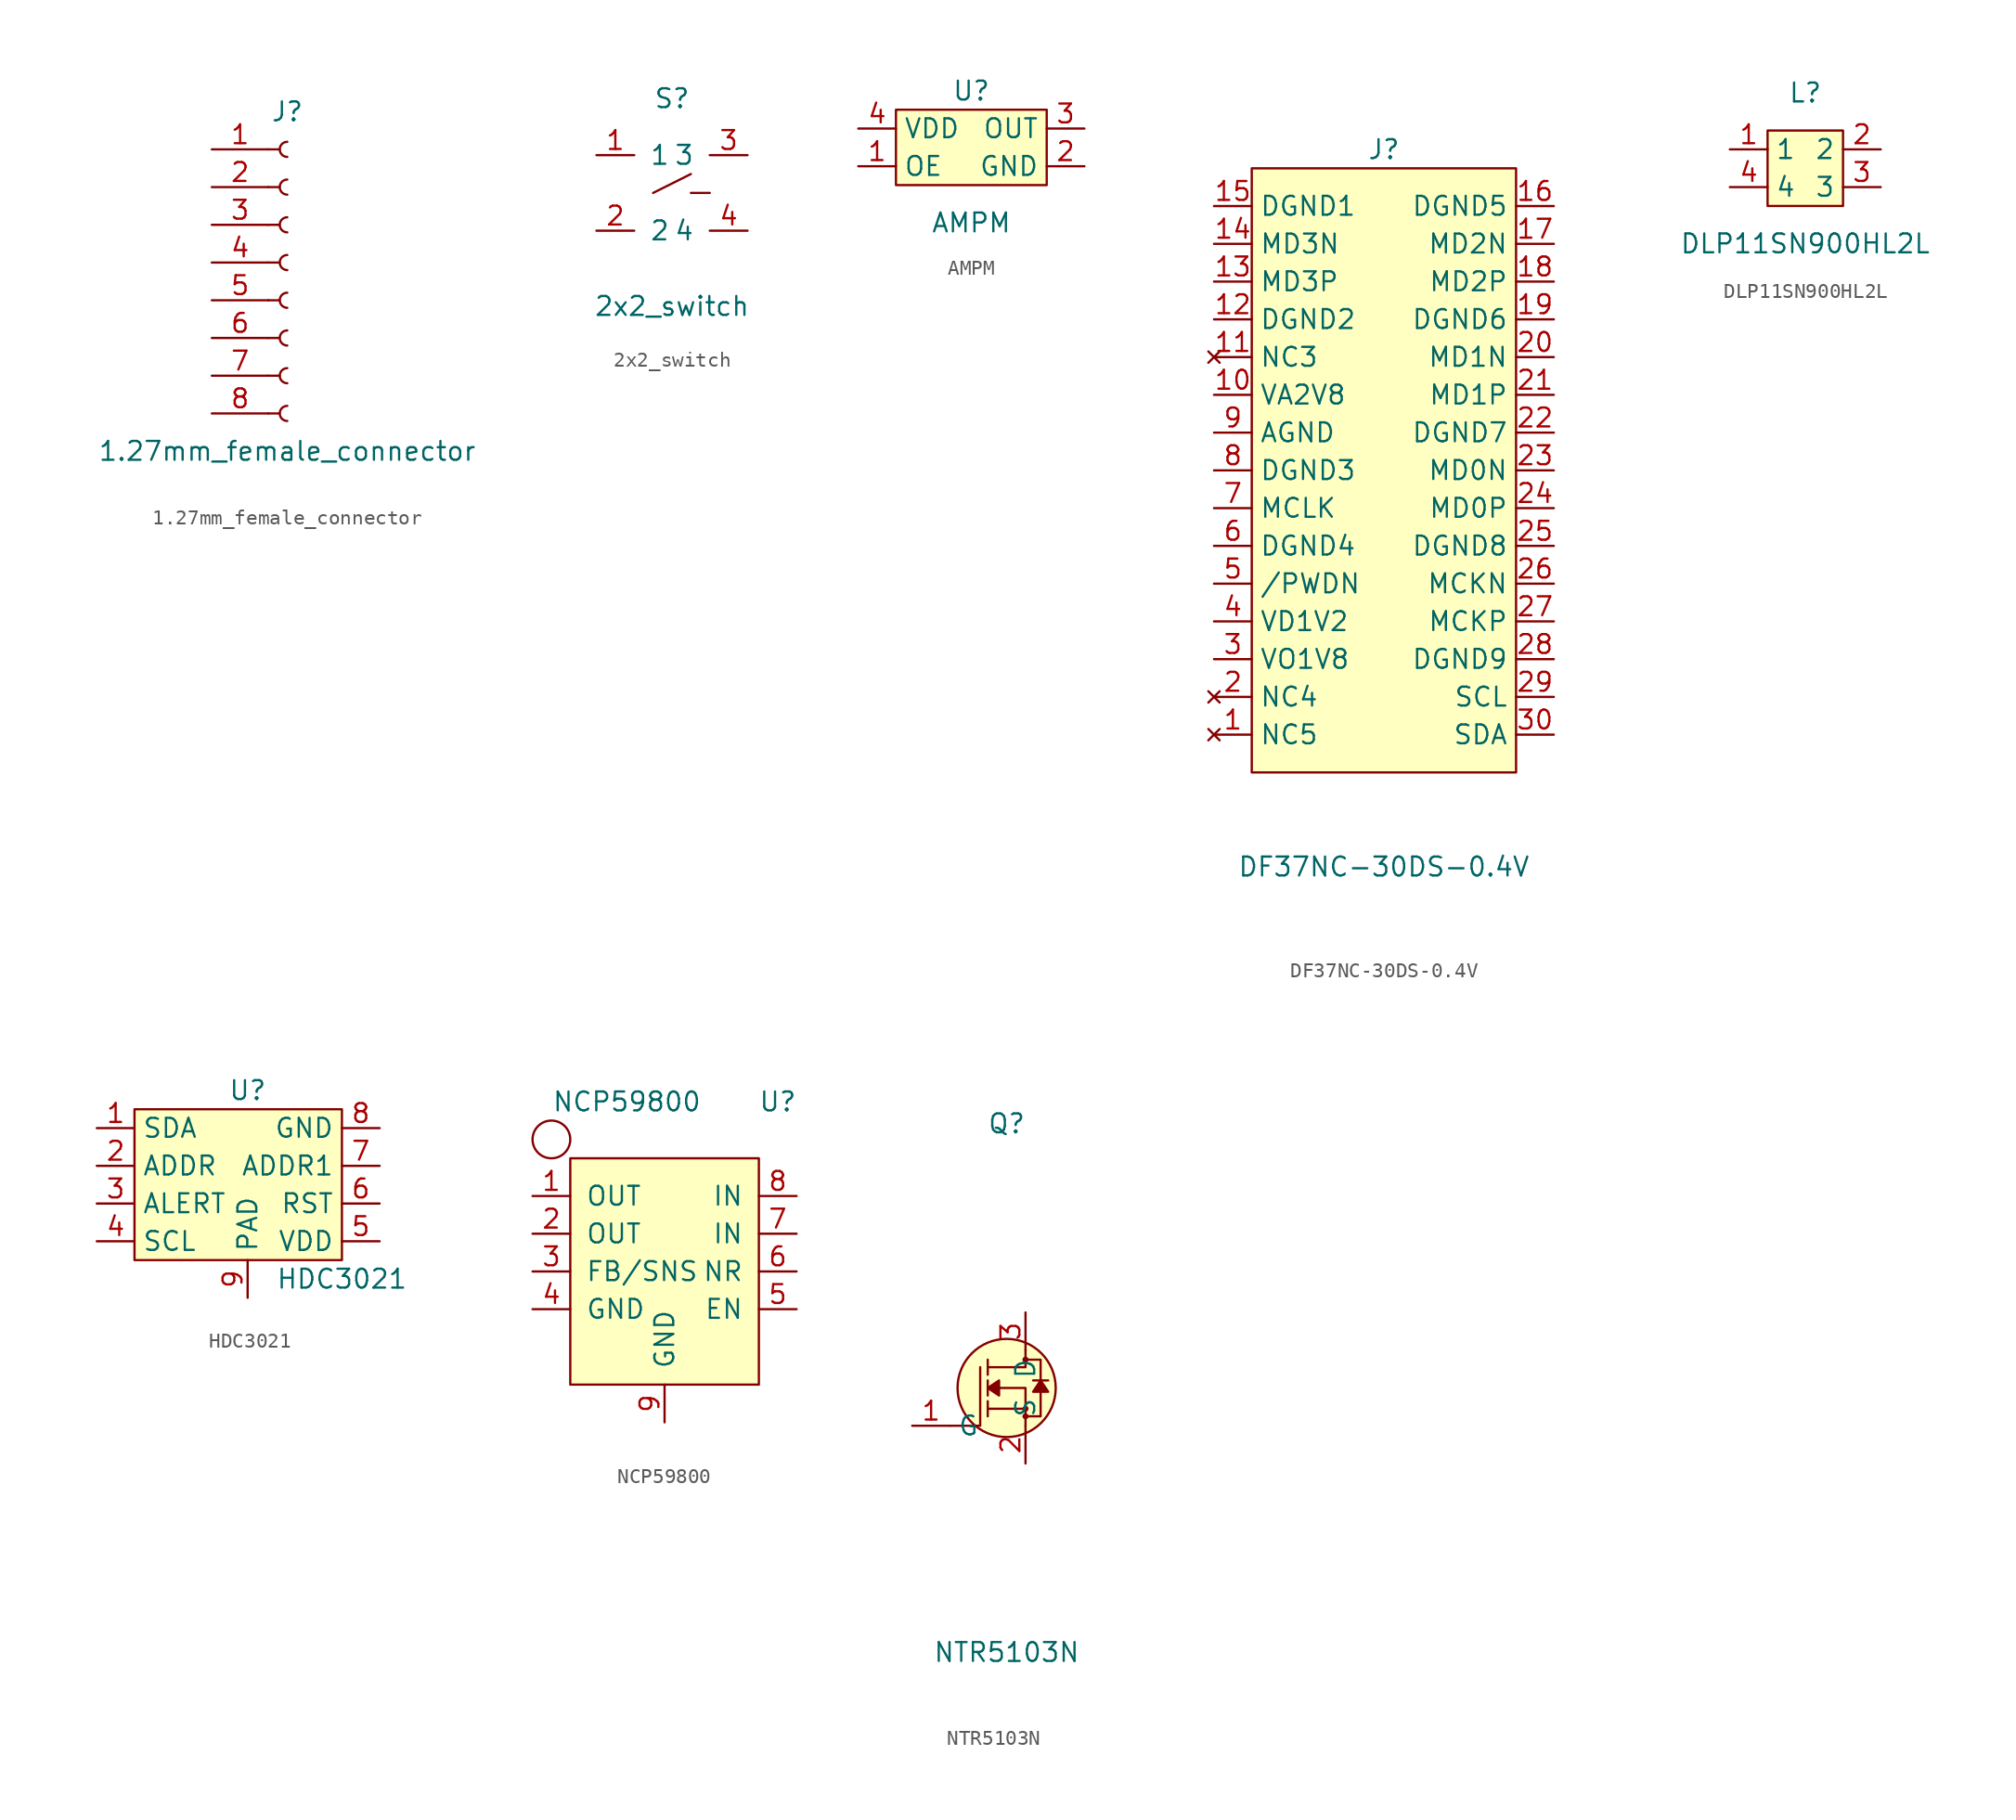
<source format=kicad_sym>
(kicad_symbol_lib
  (version 20211014)
  (generator kicad_symbol_editor)
  (symbol "1.27mm_female_connector"
    (pin_names
      (offset 1.016) hide)
    (property "Reference" "J"
      (at 0 10.16 0)
      (effects (font (size 1.27 1.27))))
    (property "Value" "1.27mm_female_connector"
      (at 0 -12.7 0)
      (effects (font (size 1.27 1.27))))
    (symbol "1.27mm_female_connector_1_1"
      (arc (start 0 -9.652) (mid -0.508 -10.16) (end 0 -10.668) (stroke (width 0.1524) (type default) (color 0 0 0 0)) (fill (type none)))
      (arc (start 0 -7.112) (mid -0.508 -7.62) (end 0 -8.128) (stroke (width 0.1524) (type default) (color 0 0 0 0)) (fill (type none)))
      (arc (start 0 -4.572) (mid -0.508 -5.08) (end 0 -5.588) (stroke (width 0.1524) (type default) (color 0 0 0 0)) (fill (type none)))
      (arc (start 0 -2.032) (mid -0.508 -2.54) (end 0 -3.048) (stroke (width 0.1524) (type default) (color 0 0 0 0)) (fill (type none)))
      (polyline (pts (xy -1.27 -10.16) (xy -0.508 -10.16)) (stroke (width 0.152) (type default) (color 0 0 0 0)) (fill (type none)))
      (polyline (pts (xy -1.27 -7.62) (xy -0.508 -7.62)) (stroke (width 0.152) (type default) (color 0 0 0 0)) (fill (type none)))
      (polyline (pts (xy -1.27 -5.08) (xy -0.508 -5.08)) (stroke (width 0.152) (type default) (color 0 0 0 0)) (fill (type none)))
      (polyline (pts (xy -1.27 -2.54) (xy -0.508 -2.54)) (stroke (width 0.152) (type default) (color 0 0 0 0)) (fill (type none)))
      (polyline (pts (xy -1.27 0) (xy -0.508 0)) (stroke (width 0.152) (type default) (color 0 0 0 0)) (fill (type none)))
      (polyline (pts (xy -1.27 2.54) (xy -0.508 2.54)) (stroke (width 0.152) (type default) (color 0 0 0 0)) (fill (type none)))
      (polyline (pts (xy -1.27 5.08) (xy -0.508 5.08)) (stroke (width 0.152) (type default) (color 0 0 0 0)) (fill (type none)))
      (polyline (pts (xy -1.27 7.62) (xy -0.508 7.62)) (stroke (width 0.152) (type default) (color 0 0 0 0)) (fill (type none)))
      (arc (start 0 0.508) (mid -0.508 0) (end 0 -0.508) (stroke (width 0.1524) (type default) (color 0 0 0 0)) (fill (type none)))
      (arc (start 0 3.048) (mid -0.508 2.54) (end 0 2.032) (stroke (width 0.1524) (type default) (color 0 0 0 0)) (fill (type none)))
      (arc (start 0 5.588) (mid -0.508 5.08) (end 0 4.572) (stroke (width 0.1524) (type default) (color 0 0 0 0)) (fill (type none)))
      (arc (start 0 8.128) (mid -0.508 7.62) (end 0 7.112) (stroke (width 0.1524) (type default) (color 0 0 0 0)) (fill (type none)))
      (pin passive line (at -5.08 7.62 0) (length 3.81) (name "Pin_1" (effects (font (size 1.27 1.27)))) (number "1" (effects (font (size 1.27 1.27)))))
      (pin passive line (at -5.08 5.08 0) (length 3.81) (name "Pin_2" (effects (font (size 1.27 1.27)))) (number "2" (effects (font (size 1.27 1.27)))))
      (pin passive line (at -5.08 2.54 0) (length 3.81) (name "Pin_3" (effects (font (size 1.27 1.27)))) (number "3" (effects (font (size 1.27 1.27)))))
      (pin passive line (at -5.08 0 0) (length 3.81) (name "Pin_4" (effects (font (size 1.27 1.27)))) (number "4" (effects (font (size 1.27 1.27)))))
      (pin passive line (at -5.08 -2.54 0) (length 3.81) (name "Pin_5" (effects (font (size 1.27 1.27)))) (number "5" (effects (font (size 1.27 1.27)))))
      (pin passive line (at -5.08 -5.08 0) (length 3.81) (name "Pin_6" (effects (font (size 1.27 1.27)))) (number "6" (effects (font (size 1.27 1.27)))))
      (pin passive line (at -5.08 -7.62 0) (length 3.81) (name "Pin_7" (effects (font (size 1.27 1.27)))) (number "7" (effects (font (size 1.27 1.27)))))
      (pin passive line (at -5.08 -10.16 0) (length 3.81) (name "Pin_8" (effects (font (size 1.27 1.27)))) (number "8" (effects (font (size 1.27 1.27)))))))
  (symbol "2x2_switch"
    (pin_names
      (offset 1.016))
    (property "Reference" "S"
      (at 0 10.16 0)
      (effects (font (size 1.27 1.27))))
    (property "Value" "2x2_switch"
      (at 0 -3.81 0)
      (effects (font (size 1.27 1.27))))
    (symbol "2x2_switch_0_1"
      (polyline (pts (xy -1.27 3.81) (xy 1.27 5.08)) (stroke (width 0) (type default) (color 0 0 0 0)) (fill (type none)))
      (polyline (pts (xy 1.27 3.81) (xy 2.54 3.81)) (stroke (width 0) (type default) (color 0 0 0 0)) (fill (type none))))
    (symbol "2x2_switch_1_1"
      (pin input line (at -5.08 6.35 0) (length 2.54) (name "1" (effects (font (size 1.27 1.27)))) (number "1" (effects (font (size 1.27 1.27)))))
      (pin input line (at -5.08 1.27 0) (length 2.54) (name "2" (effects (font (size 1.27 1.27)))) (number "2" (effects (font (size 1.27 1.27)))))
      (pin input line (at 5.08 6.35 180) (length 2.54) (name "3" (effects (font (size 1.27 1.27)))) (number "3" (effects (font (size 1.27 1.27)))))
      (pin input line (at 5.08 1.27 180) (length 2.54) (name "4" (effects (font (size 1.27 1.27)))) (number "4" (effects (font (size 1.27 1.27)))))))
  (symbol "AMPM"
    (property "Reference" "U"
      (at 0 7.62 0)
      (effects (font (size 1.27 1.27))))
    (property "Value" "AMPM"
      (at 0 -1.27 0)
      (effects (font (size 1.27 1.27))))
    (symbol "AMPM_0_1"
      (rectangle (start 5.08 6.35) (end -5.08 1.27) (stroke (width 0.152) (type default) (color 0 0 0 0)) (fill (type background))))
    (symbol "AMPM_1_1"
      (pin power_in line (at -7.62 2.54 0) (length 2.54) (name "OE" (effects (font (size 1.27 1.27)))) (number "1" (effects (font (size 1.27 1.27)))))
      (pin power_in line (at 7.62 2.54 180) (length 2.54) (name "GND" (effects (font (size 1.27 1.27)))) (number "2" (effects (font (size 1.27 1.27)))))
      (pin output line (at 7.62 5.08 180) (length 2.54) (name "OUT" (effects (font (size 1.27 1.27)))) (number "3" (effects (font (size 1.27 1.27)))))
      (pin power_in line (at -7.62 5.08 0) (length 2.54) (name "VDD" (effects (font (size 1.27 1.27)))) (number "4" (effects (font (size 1.27 1.27)))))))
  (symbol "DF37NC-30DS-0.4V"
    (property "Reference" "J"
      (at 0 20.32 0)
      (effects (font (size 1.27 1.27))))
    (property "Value" "DF37NC-30DS-0.4V"
      (at 0 -27.94 0)
      (effects (font (size 1.27 1.27))))
    (symbol "DF37NC-30DS-0.4V_0_1"
      (rectangle (start 8.89 19.05) (end -8.89 -21.59) (stroke (width 0.152) (type default) (color 0 0 0 0)) (fill (type background))))
    (symbol "DF37NC-30DS-0.4V_1_1"
      (pin no_connect line (at -11.43 -19.05 0) (length 2.54) (name "NC5" (effects (font (size 1.27 1.27)))) (number "1" (effects (font (size 1.27 1.27)))))
      (pin power_in line (at -11.43 3.81 0) (length 2.54) (name "VA2V8" (effects (font (size 1.27 1.27)))) (number "10" (effects (font (size 1.27 1.27)))))
      (pin no_connect line (at -11.43 6.35 0) (length 2.54) (name "NC3" (effects (font (size 1.27 1.27)))) (number "11" (effects (font (size 1.27 1.27)))))
      (pin power_in line (at -11.43 8.89 0) (length 2.54) (name "DGND2" (effects (font (size 1.27 1.27)))) (number "12" (effects (font (size 1.27 1.27)))))
      (pin output line (at -11.43 11.43 0) (length 2.54) (name "MD3P" (effects (font (size 1.27 1.27)))) (number "13" (effects (font (size 1.27 1.27)))))
      (pin output line (at -11.43 13.97 0) (length 2.54) (name "MD3N" (effects (font (size 1.27 1.27)))) (number "14" (effects (font (size 1.27 1.27)))))
      (pin power_in line (at -11.43 16.51 0) (length 2.54) (name "DGND1" (effects (font (size 1.27 1.27)))) (number "15" (effects (font (size 1.27 1.27)))))
      (pin power_in line (at 11.43 16.51 180) (length 2.54) (name "DGND5" (effects (font (size 1.27 1.27)))) (number "16" (effects (font (size 1.27 1.27)))))
      (pin output line (at 11.43 13.97 180) (length 2.54) (name "MD2N" (effects (font (size 1.27 1.27)))) (number "17" (effects (font (size 1.27 1.27)))))
      (pin output line (at 11.43 11.43 180) (length 2.54) (name "MD2P" (effects (font (size 1.27 1.27)))) (number "18" (effects (font (size 1.27 1.27)))))
      (pin power_in line (at 11.43 8.89 180) (length 2.54) (name "DGND6" (effects (font (size 1.27 1.27)))) (number "19" (effects (font (size 1.27 1.27)))))
      (pin no_connect line (at -11.43 -16.51 0) (length 2.54) (name "NC4" (effects (font (size 1.27 1.27)))) (number "2" (effects (font (size 1.27 1.27)))))
      (pin output line (at 11.43 6.35 180) (length 2.54) (name "MD1N" (effects (font (size 1.27 1.27)))) (number "20" (effects (font (size 1.27 1.27)))))
      (pin output line (at 11.43 3.81 180) (length 2.54) (name "MD1P" (effects (font (size 1.27 1.27)))) (number "21" (effects (font (size 1.27 1.27)))))
      (pin power_in line (at 11.43 1.27 180) (length 2.54) (name "DGND7" (effects (font (size 1.27 1.27)))) (number "22" (effects (font (size 1.27 1.27)))))
      (pin output line (at 11.43 -1.27 180) (length 2.54) (name "MD0N" (effects (font (size 1.27 1.27)))) (number "23" (effects (font (size 1.27 1.27)))))
      (pin output line (at 11.43 -3.81 180) (length 2.54) (name "MD0P" (effects (font (size 1.27 1.27)))) (number "24" (effects (font (size 1.27 1.27)))))
      (pin power_in line (at 11.43 -6.35 180) (length 2.54) (name "DGND8" (effects (font (size 1.27 1.27)))) (number "25" (effects (font (size 1.27 1.27)))))
      (pin output line (at 11.43 -8.89 180) (length 2.54) (name "MCKN" (effects (font (size 1.27 1.27)))) (number "26" (effects (font (size 1.27 1.27)))))
      (pin output line (at 11.43 -11.43 180) (length 2.54) (name "MCKP" (effects (font (size 1.27 1.27)))) (number "27" (effects (font (size 1.27 1.27)))))
      (pin power_in line (at 11.43 -13.97 180) (length 2.54) (name "DGND9" (effects (font (size 1.27 1.27)))) (number "28" (effects (font (size 1.27 1.27)))))
      (pin input line (at 11.43 -16.51 180) (length 2.54) (name "SCL" (effects (font (size 1.27 1.27)))) (number "29" (effects (font (size 1.27 1.27)))))
      (pin power_in line (at -11.43 -13.97 0) (length 2.54) (name "VO1V8" (effects (font (size 1.27 1.27)))) (number "3" (effects (font (size 1.27 1.27)))))
      (pin bidirectional line (at 11.43 -19.05 180) (length 2.54) (name "SDA" (effects (font (size 1.27 1.27)))) (number "30" (effects (font (size 1.27 1.27)))))
      (pin power_in line (at -11.43 -11.43 0) (length 2.54) (name "VD1V2" (effects (font (size 1.27 1.27)))) (number "4" (effects (font (size 1.27 1.27)))))
      (pin power_in line (at -11.43 -8.89 0) (length 2.54) (name "/PWDN" (effects (font (size 1.27 1.27)))) (number "5" (effects (font (size 1.27 1.27)))))
      (pin power_in line (at -11.43 -6.35 0) (length 2.54) (name "DGND4" (effects (font (size 1.27 1.27)))) (number "6" (effects (font (size 1.27 1.27)))))
      (pin input line (at -11.43 -3.81 0) (length 2.54) (name "MCLK" (effects (font (size 1.27 1.27)))) (number "7" (effects (font (size 1.27 1.27)))))
      (pin power_in line (at -11.43 -1.27 0) (length 2.54) (name "DGND3" (effects (font (size 1.27 1.27)))) (number "8" (effects (font (size 1.27 1.27)))))
      (pin power_in line (at -11.43 1.27 0) (length 2.54) (name "AGND" (effects (font (size 1.27 1.27)))) (number "9" (effects (font (size 1.27 1.27)))))))
  (symbol "DLP11SN900HL2L"
    (property "Reference" "L"
      (at 0 8.89 0)
      (effects (font (size 1.27 1.27))))
    (property "Value" "DLP11SN900HL2L"
      (at 0 -1.27 0)
      (effects (font (size 1.27 1.27))))
    (symbol "DLP11SN900HL2L_0_1"
      (rectangle (start 2.54 6.35) (end -2.54 1.27) (stroke (width 0.152) (type default) (color 0 0 0 0)) (fill (type background))))
    (symbol "DLP11SN900HL2L_1_1"
      (pin bidirectional line (at -5.08 5.08 0) (length 2.54) (name "1" (effects (font (size 1.27 1.27)))) (number "1" (effects (font (size 1.27 1.27)))))
      (pin bidirectional line (at 5.08 5.08 180) (length 2.54) (name "2" (effects (font (size 1.27 1.27)))) (number "2" (effects (font (size 1.27 1.27)))))
      (pin bidirectional line (at 5.08 2.54 180) (length 2.54) (name "3" (effects (font (size 1.27 1.27)))) (number "3" (effects (font (size 1.27 1.27)))))
      (pin bidirectional line (at -5.08 2.54 0) (length 2.54) (name "4" (effects (font (size 1.27 1.27)))) (number "4" (effects (font (size 1.27 1.27)))))))
  (symbol "HDC3021"
    (property "Reference" "U"
      (at 0 8.89 0)
      (effects (font (size 1.27 1.27))))
    (property "Value" "HDC3021"
      (at 6.35 -3.81 0)
      (effects (font (size 1.27 1.27))))
    (symbol "HDC3021_0_1"
      (rectangle (start 6.35 7.62) (end -7.62 -2.54) (stroke (width 0.152) (type default) (color 0 0 0 0)) (fill (type background))))
    (symbol "HDC3021_1_1"
      (pin input line (at -10.16 6.35 0) (length 2.54) (name "SDA" (effects (font (size 1.27 1.27)))) (number "1" (effects (font (size 1.27 1.27)))))
      (pin input line (at -10.16 3.81 0) (length 2.54) (name "ADDR" (effects (font (size 1.27 1.27)))) (number "2" (effects (font (size 1.27 1.27)))))
      (pin input line (at -10.16 1.27 0) (length 2.54) (name "ALERT" (effects (font (size 1.27 1.27)))) (number "3" (effects (font (size 1.27 1.27)))))
      (pin input line (at -10.16 -1.27 0) (length 2.54) (name "SCL" (effects (font (size 1.27 1.27)))) (number "4" (effects (font (size 1.27 1.27)))))
      (pin input line (at 8.89 -1.27 180) (length 2.54) (name "VDD" (effects (font (size 1.27 1.27)))) (number "5" (effects (font (size 1.27 1.27)))))
      (pin input line (at 8.89 1.27 180) (length 2.54) (name "RST" (effects (font (size 1.27 1.27)))) (number "6" (effects (font (size 1.27 1.27)))))
      (pin input line (at 8.89 3.81 180) (length 2.54) (name "ADDR1" (effects (font (size 1.27 1.27)))) (number "7" (effects (font (size 1.27 1.27)))))
      (pin input line (at 8.89 6.35 180) (length 2.54) (name "GND" (effects (font (size 1.27 1.27)))) (number "8" (effects (font (size 1.27 1.27)))))
      (pin input line (at 0 -5.08 90) (length 2.54) (name "PAD" (effects (font (size 1.27 1.27)))) (number "9" (effects (font (size 1.27 1.27)))))))
  (symbol "NCP59800"
    (pin_names
      (offset 1.016))
    (property "Reference" "U"
      (at 12.7 17.78 0)
      (effects (font (size 1.27 1.27))))
    (property "Value" "NCP59800"
      (at 2.54 17.78 0)
      (effects (font (size 1.27 1.27))))
    (symbol "NCP59800_0_1"
      (circle (center -2.54 15.24) (radius 1.27) (stroke (width 0) (type default) (color 0 0 0 0)) (fill (type none)))
      (rectangle (start -1.27 13.97) (end 11.43 -1.27) (stroke (width 0) (type default) (color 0 0 0 0)) (fill (type background))))
    (symbol "NCP59800_1_1"
      (pin output line (at -3.81 11.43 0) (length 2.54) (name "OUT" (effects (font (size 1.27 1.27)))) (number "1" (effects (font (size 1.27 1.27)))))
      (pin output line (at -3.81 8.89 0) (length 2.54) (name "OUT" (effects (font (size 1.27 1.27)))) (number "2" (effects (font (size 1.27 1.27)))))
      (pin output line (at -3.81 6.35 0) (length 2.54) (name "FB/SNS" (effects (font (size 1.27 1.27)))) (number "3" (effects (font (size 1.27 1.27)))))
      (pin output line (at -3.81 3.81 0) (length 2.54) (name "GND" (effects (font (size 1.27 1.27)))) (number "4" (effects (font (size 1.27 1.27)))))
      (pin input line (at 13.97 3.81 180) (length 2.54) (name "EN" (effects (font (size 1.27 1.27)))) (number "5" (effects (font (size 1.27 1.27)))))
      (pin input line (at 13.97 6.35 180) (length 2.54) (name "NR" (effects (font (size 1.27 1.27)))) (number "6" (effects (font (size 1.27 1.27)))))
      (pin input line (at 13.97 8.89 180) (length 2.54) (name "IN" (effects (font (size 1.27 1.27)))) (number "7" (effects (font (size 1.27 1.27)))))
      (pin input line (at 13.97 11.43 180) (length 2.54) (name "IN" (effects (font (size 1.27 1.27)))) (number "8" (effects (font (size 1.27 1.27)))))
      (pin output line (at 5.08 -3.81 90) (length 2.54) (name "GND" (effects (font (size 1.27 1.27)))) (number "9" (effects (font (size 1.27 1.27)))))))
  (symbol "NTR5103N"
    (property "Reference" "Q"
      (at 0 17.78 0)
      (effects (font (size 1.27 1.27))))
    (property "Value" "NTR5103N"
      (at 0 -17.78 0)
      (effects (font (size 1.27 1.27))))
    (symbol "NTR5103N_0_1"
      (polyline (pts (xy 1.27 -1.397) (xy -1.27 -1.397)) (stroke (width 0) (type default) (color 0 0 0 0)) (fill (type none)))
      (polyline (pts (xy -3.81 -2.54) (xy -1.778 -2.54) (xy -1.778 1.397)) (stroke (width 0) (type default) (color 0 0 0 0)) (fill (type none)))
      (polyline (pts (xy 1.27 -2.54) (xy 1.27 0) (xy -1.27 0)) (stroke (width 0) (type default) (color 0 0 0 0)) (fill (type none)))
      (polyline (pts (xy 1.27 2.54) (xy 1.27 1.397) (xy -1.27 1.397)) (stroke (width 0) (type default) (color 0 0 0 0)) (fill (type none)))
      (polyline (pts (xy 1.143 -1.905) (xy 2.286 -1.905) (xy 2.286 1.397) (xy 2.286 1.905) (xy 1.143 1.905)) (stroke (width 0) (type default) (color 0 0 0 0)) (fill (type none)))
      (circle (center 0 0) (radius 3.302) (stroke (width 0) (type default) (color 0 0 0 0)) (fill (type background)))
      (circle (center 1.27 -1.905) (radius 0.127) (stroke (width 0) (type default) (color 0 0 0 0)) (fill (type none)))
      (circle (center 1.27 -1.397) (radius 0.127) (stroke (width 0) (type default) (color 0 0 0 0)) (fill (type none)))
      (circle (center 1.27 1.905) (radius 0.127) (stroke (width 0) (type default) (color 0 0 0 0)) (fill (type none))))
    (symbol "NTR5103N_1_1"
      (polyline (pts (xy -1.27 -1.397) (xy -1.27 -1.905)) (stroke (width 0) (type default) (color 0 0 0 0)) (fill (type none)))
      (polyline (pts (xy -1.27 -1.397) (xy -1.27 -0.889)) (stroke (width 0) (type default) (color 0 0 0 0)) (fill (type none)))
      (polyline (pts (xy -1.27 0) (xy -1.27 -0.508)) (stroke (width 0) (type default) (color 0 0 0 0)) (fill (type none)))
      (polyline (pts (xy -1.27 0) (xy -1.27 0.508)) (stroke (width 0) (type default) (color 0 0 0 0)) (fill (type none)))
      (polyline (pts (xy -1.27 1.905) (xy -1.27 0.889)) (stroke (width 0) (type default) (color 0 0 0 0)) (fill (type none)))
      (polyline (pts (xy 2.794 0.508) (xy 1.778 0.508)) (stroke (width 0) (type default) (color 0 0 0 0)) (fill (type none)))
      (polyline (pts (xy -1.27 0) (xy -0.508 0.508) (xy -0.508 -0.508) (xy -1.27 0)) (stroke (width 0) (type default) (color 0 0 0 0)) (fill (type outline)))
      (polyline (pts (xy 2.286 0.508) (xy 1.778 -0.254) (xy 2.794 -0.254) (xy 2.286 0.508)) (stroke (width 0) (type default) (color 0 0 0 0)) (fill (type outline)))
      (pin bidirectional line (at -6.35 -2.54 0) (length 2.54) (name "G" (effects (font (size 1.27 1.27)))) (number "1" (effects (font (size 1.27 1.27)))))
      (pin bidirectional line (at 1.27 -5.08 90) (length 2.54) (name "S" (effects (font (size 1.27 1.27)))) (number "2" (effects (font (size 1.27 1.27)))))
      (pin bidirectional line (at 1.27 5.08 270) (length 2.54) (name "D" (effects (font (size 1.27 1.27)))) (number "3" (effects (font (size 1.27 1.27))))))))
</source>
